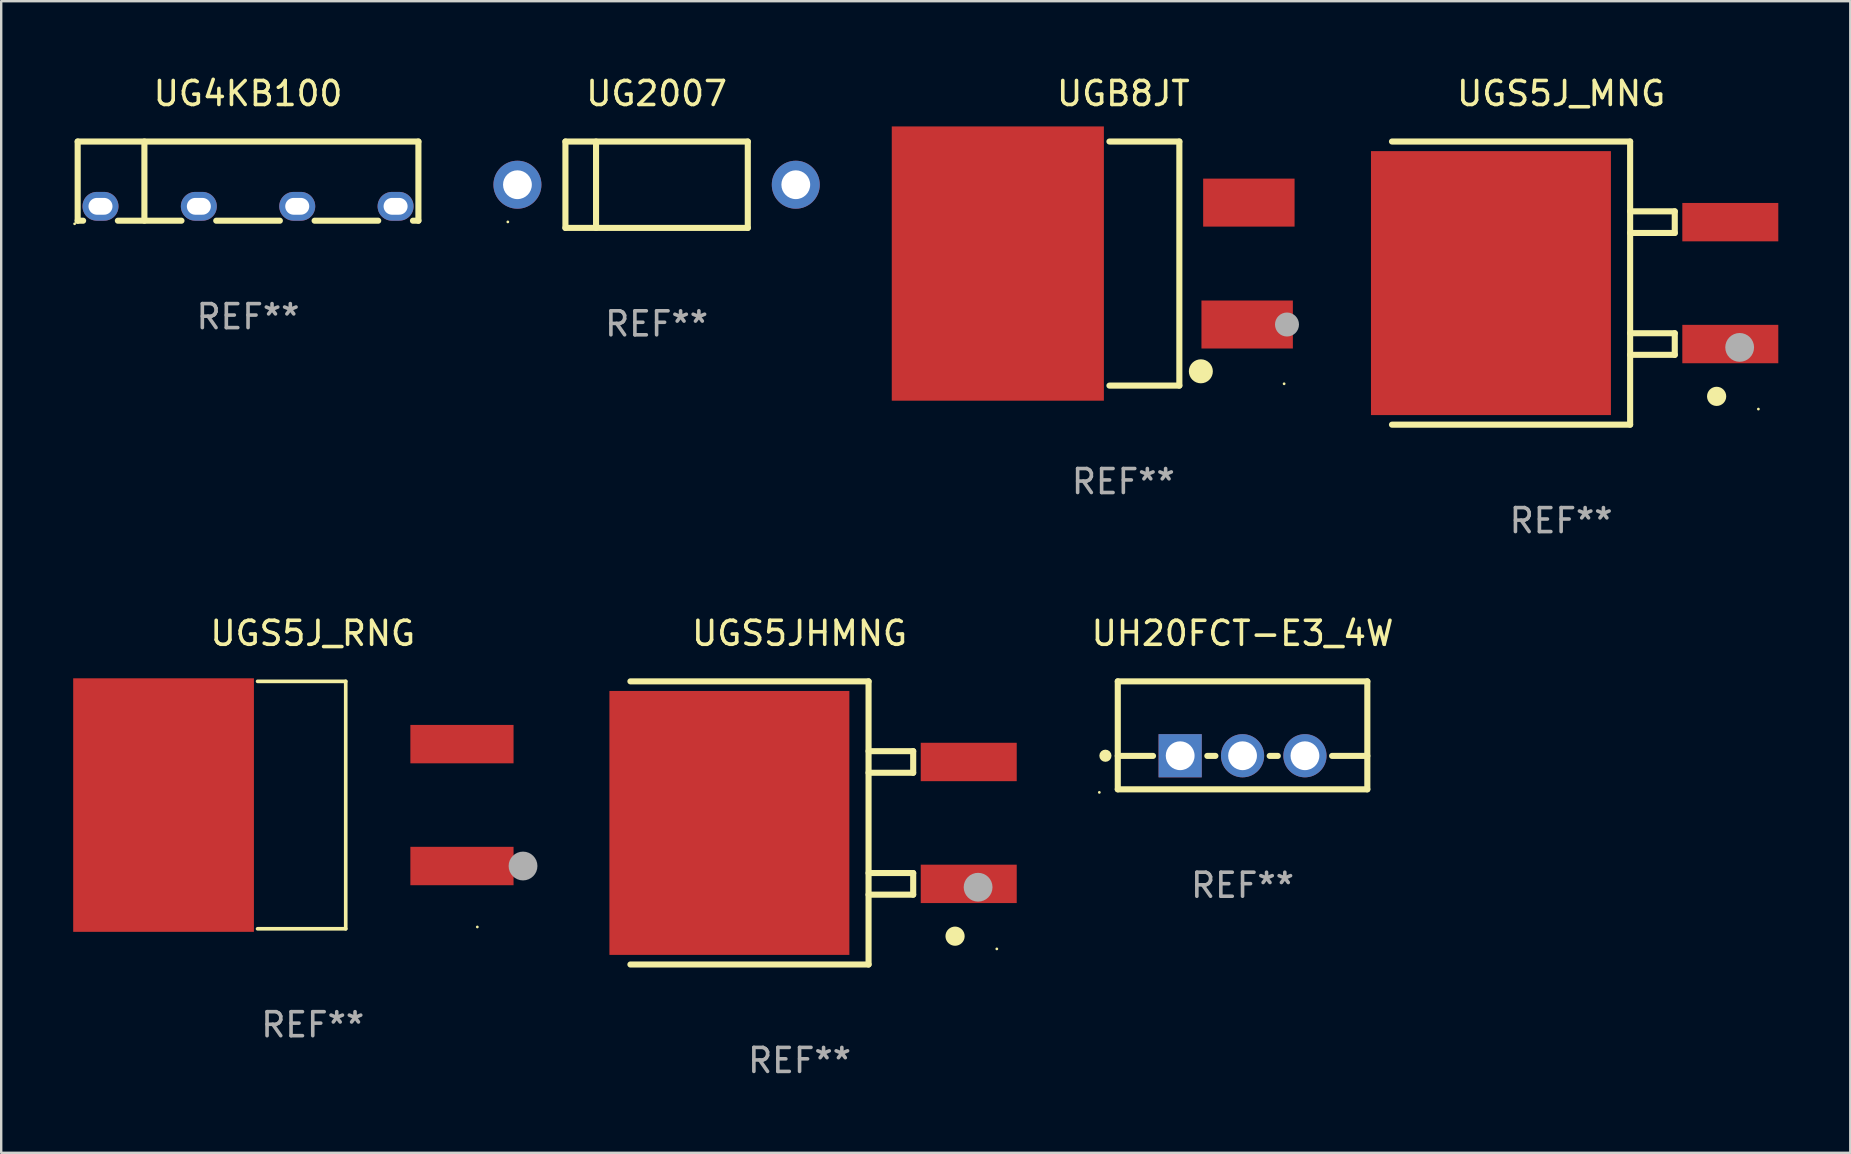
<source format=kicad_pcb>
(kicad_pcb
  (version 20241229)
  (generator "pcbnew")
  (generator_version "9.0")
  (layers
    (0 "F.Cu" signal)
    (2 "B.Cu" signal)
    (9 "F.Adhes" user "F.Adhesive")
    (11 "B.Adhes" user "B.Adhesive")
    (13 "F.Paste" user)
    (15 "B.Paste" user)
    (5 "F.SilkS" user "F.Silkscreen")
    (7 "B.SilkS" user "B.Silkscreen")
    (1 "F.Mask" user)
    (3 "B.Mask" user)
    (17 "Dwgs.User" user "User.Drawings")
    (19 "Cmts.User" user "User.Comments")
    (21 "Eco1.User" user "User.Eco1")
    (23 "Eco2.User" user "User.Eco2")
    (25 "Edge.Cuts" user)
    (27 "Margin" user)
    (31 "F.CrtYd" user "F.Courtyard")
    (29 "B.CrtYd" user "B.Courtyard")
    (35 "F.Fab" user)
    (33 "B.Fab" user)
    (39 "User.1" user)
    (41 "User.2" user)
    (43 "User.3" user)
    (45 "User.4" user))
  (footprint "UGS5J_MNG"
    (layer "F.Cu")
    (at 62.01 8.748)
    (property "Reference" "UGS5J_MNG" (at 0 -7.9 0) (layer "F.SilkS") (effects (font (size 1 1) (thickness 0.15))))
    (attr through_hole)
    (fp_line (start -7.05 5.9) (end 2.875 5.9) (stroke (width 0.254) (type solid)) (layer "F.SilkS"))
    (fp_line (start 2.875 -5.9) (end -7.05 -5.9) (stroke (width 0.254) (type solid)) (layer "F.SilkS"))
    (fp_line (start 2.875 -5.9) (end 2.875 5.9) (stroke (width 0.254) (type solid)) (layer "F.SilkS"))
    (fp_line (start 2.875 -2.991) (end 4.735 -2.991) (stroke (width 0.254) (type solid)) (layer "F.SilkS"))
    (fp_line (start 2.875 2.089) (end 4.735 2.089) (stroke (width 0.254) (type solid)) (layer "F.SilkS"))
    (fp_line (start 4.735 -2.991) (end 4.735 -2.09) (stroke (width 0.254) (type solid)) (layer "F.SilkS"))
    (fp_line (start 4.735 -2.09) (end 2.875 -2.09) (stroke (width 0.254) (type solid)) (layer "F.SilkS"))
    (fp_line (start 4.735 2.089) (end 4.735 2.99) (stroke (width 0.254) (type solid)) (layer "F.SilkS"))
    (fp_line (start 4.735 2.99) (end 2.875 2.99) (stroke (width 0.254) (type solid)) (layer "F.SilkS"))
    (fp_circle (center 6.48 4.72) (end 6.68 4.72) (stroke (width 0.4) (type solid)) (fill no) (layer "F.SilkS"))
    (fp_circle (center 8.22 5.25) (end 8.25 5.25) (stroke (width 0.06) (type solid)) (fill no) (layer "F.SilkS"))
    (fp_circle (center 7.44 2.68) (end 7.74 2.68) (stroke (width 0.6) (type solid)) (fill no) (layer "F.Fab"))
    (fp_text user "REF**" (at 0 9.9 0) (layer "F.Fab") (effects (font (size 1 1) (thickness 0.15))))
    (pad "1" smd rect (at 7.05 2.54) (size 4 1.6) (layers "F.Cu" "F.Mask" "F.Paste"))
    (pad "2" smd rect (at 7.05 -2.54) (size 4 1.6) (layers "F.Cu" "F.Mask" "F.Paste"))
    (pad "3" smd rect (at -2.925 0.000102) (size 10 11) (layers "F.Cu" "F.Mask" "F.Paste")))
  (footprint "UGS5JHMNG"
    (layer "F.Cu")
    (at 30.272 31.245)
    (property "Reference" "UGS5JHMNG" (at 0 -7.9 0) (layer "F.SilkS") (effects (font (size 1 1) (thickness 0.15))))
    (attr through_hole)
    (fp_line (start -7.05 5.9) (end 2.875 5.9) (stroke (width 0.254) (type solid)) (layer "F.SilkS"))
    (fp_line (start 2.875 -5.9) (end -7.05 -5.9) (stroke (width 0.254) (type solid)) (layer "F.SilkS"))
    (fp_line (start 2.875 -5.9) (end 2.875 5.9) (stroke (width 0.254) (type solid)) (layer "F.SilkS"))
    (fp_line (start 2.875 -2.991) (end 4.735 -2.991) (stroke (width 0.254) (type solid)) (layer "F.SilkS"))
    (fp_line (start 2.875 2.089) (end 4.735 2.089) (stroke (width 0.254) (type solid)) (layer "F.SilkS"))
    (fp_line (start 4.735 -2.991) (end 4.735 -2.09) (stroke (width 0.254) (type solid)) (layer "F.SilkS"))
    (fp_line (start 4.735 -2.09) (end 2.875 -2.09) (stroke (width 0.254) (type solid)) (layer "F.SilkS"))
    (fp_line (start 4.735 2.089) (end 4.735 2.99) (stroke (width 0.254) (type solid)) (layer "F.SilkS"))
    (fp_line (start 4.735 2.99) (end 2.875 2.99) (stroke (width 0.254) (type solid)) (layer "F.SilkS"))
    (fp_circle (center 6.48 4.72) (end 6.68 4.72) (stroke (width 0.4) (type solid)) (fill no) (layer "F.SilkS"))
    (fp_circle (center 8.22 5.25) (end 8.25 5.25) (stroke (width 0.06) (type solid)) (fill no) (layer "F.SilkS"))
    (fp_circle (center 7.44 2.68) (end 7.74 2.68) (stroke (width 0.6) (type solid)) (fill no) (layer "F.Fab"))
    (fp_text user "REF**" (at 0 9.9 0) (layer "F.Fab") (effects (font (size 1 1) (thickness 0.15))))
    (pad "1" smd rect (at 7.05 2.54) (size 4 1.6) (layers "F.Cu" "F.Mask" "F.Paste"))
    (pad "2" smd rect (at 7.05 -2.54) (size 4 1.6) (layers "F.Cu" "F.Mask" "F.Paste"))
    (pad "3" smd rect (at -2.925 0.000102) (size 10 11) (layers "F.Cu" "F.Mask" "F.Paste")))
  (footprint "UGS5J_RNG"
    (layer "F.Cu")
    (at 9.984 30.501)
    (property "Reference" "UGS5J_RNG" (at 0 -7.156 0) (layer "F.SilkS") (effects (font (size 1 1) (thickness 0.15))))
    (attr through_hole)
    (fp_line (start -2.3 -5.156) (end 1.374 -5.156) (stroke (width 0.152) (type solid)) (layer "F.SilkS"))
    (fp_line (start -2.3 5.156) (end 1.374 5.156) (stroke (width 0.152) (type solid)) (layer "F.SilkS"))
    (fp_line (start 1.374 5.156) (end 1.374 -5.156) (stroke (width 0.152) (type solid)) (layer "F.SilkS"))
    (fp_circle (center 6.858 5.08) (end 6.888 5.08) (stroke (width 0.06) (type solid)) (fill no) (layer "F.SilkS"))
    (fp_circle (center 8.763 2.54) (end 9.063 2.54) (stroke (width 0.6) (type solid)) (fill no) (layer "F.Fab"))
    (fp_text user "REF**" (at 0 9.156 0) (layer "F.Fab") (effects (font (size 1 1) (thickness 0.15))))
    (pad "1" smd rect (at 6.218 2.54 180) (size 4.3 1.6) (layers "F.Cu" "F.Mask" "F.Paste"))
    (pad "2" smd rect (at -6.218 0 180) (size 7.532 10.566) (layers "F.Cu" "F.Mask" "F.Paste"))
    (pad "3" smd rect (at 6.218 -2.54 180) (size 4.3 1.6) (layers "F.Cu" "F.Mask" "F.Paste")))
  (footprint "UH20FCT-E3_4W"
    (layer "F.Cu")
    (at 48.733 27.595)
    (property "Reference" "UH20FCT-E3_4W" (at 0 -4.25 0) (layer "F.SilkS") (effects (font (size 1 1) (thickness 0.15))))
    (attr through_hole)
    (fp_line (start -5.2 -2.25) (end -5.2 2.25) (stroke (width 0.254) (type solid)) (layer "F.SilkS"))
    (fp_line (start -5.2 -2.25) (end 5.2 -2.25) (stroke (width 0.254) (type solid)) (layer "F.SilkS"))
    (fp_line (start -5.2 0.857) (end -3.731 0.857) (stroke (width 0.254) (type solid)) (layer "F.SilkS"))
    (fp_line (start -5.2 2.25) (end 5.2 2.25) (stroke (width 0.254) (type solid)) (layer "F.SilkS"))
    (fp_line (start -1.469 0.857) (end -1.131 0.857) (stroke (width 0.254) (type solid)) (layer "F.SilkS"))
    (fp_line (start 1.131 0.857) (end 1.469 0.857) (stroke (width 0.254) (type solid)) (layer "F.SilkS"))
    (fp_line (start 3.731 0.857) (end 5.2 0.857) (stroke (width 0.254) (type solid)) (layer "F.SilkS"))
    (fp_line (start 5.2 -2.25) (end 5.2 2.25) (stroke (width 0.254) (type solid)) (layer "F.SilkS"))
    (fp_circle (center -5.969 2.377) (end -5.939 2.377) (stroke (width 0.06) (type solid)) (fill no) (layer "F.SilkS"))
    (fp_circle (center -5.715 0.85) (end -5.588 0.85) (stroke (width 0.254) (type solid)) (fill no) (layer "F.SilkS"))
    (fp_text user "REF**" (at 0 6.25 0) (layer "F.Fab") (effects (font (size 1 1) (thickness 0.15))))
    (pad "1" thru_hole rect (at -2.6 0.85) (size 1.8 1.8) (drill 1.2) (layers "*.Cu" "*.Mask"))
    (pad "2" thru_hole circle (at 0 0.85) (size 1.8 1.8) (drill 1.2) (layers "*.Cu" "*.Mask"))
    (pad "3" thru_hole circle (at 2.6 0.85) (size 1.8 1.8) (drill 1.2) (layers "*.Cu" "*.Mask")))
  (footprint "UG2007"
    (layer "F.Cu")
    (at 24.314 4.648)
    (property "Reference" "UG2007" (at 0 -3.8 0) (layer "F.SilkS") (effects (font (size 1 1) (thickness 0.15))))
    (attr through_hole)
    (fp_line (start -3.8 -1.8) (end -3.8 1.8) (stroke (width 0.254) (type solid)) (layer "F.SilkS"))
    (fp_line (start -3.8 -1.8) (end 3.8 -1.8) (stroke (width 0.254) (type solid)) (layer "F.SilkS"))
    (fp_line (start -3.8 1.8) (end 3.8 1.8) (stroke (width 0.254) (type solid)) (layer "F.SilkS"))
    (fp_line (start -2.524 -1.8) (end -2.524 1.8) (stroke (width 0.254) (type solid)) (layer "F.SilkS"))
    (fp_line (start 3.8 -1.8) (end 3.8 1.8) (stroke (width 0.254) (type solid)) (layer "F.SilkS"))
    (fp_circle (center -6.2 1.55) (end -6.17 1.55) (stroke (width 0.06) (type solid)) (fill no) (layer "F.SilkS"))
    (fp_text user "REF**" (at 0 5.8 0) (layer "F.Fab") (effects (font (size 1 1) (thickness 0.15))))
    (pad "1" thru_hole circle (at -5.8 0) (size 2 2) (drill 1.2) (layers "*.Cu" "*.Mask"))
    (pad "2" thru_hole circle (at 5.8 0) (size 2 2) (drill 1.2) (layers "*.Cu" "*.Mask")))
  (footprint "UGB8JT"
    (layer "F.Cu")
    (at 43.765 7.934)
    (property "Reference" "UGB8JT" (at 0 -7.086 0) (layer "F.SilkS") (effects (font (size 1 1) (thickness 0.15))))
    (attr through_hole)
    (fp_line (start 2.334 -5.086) (end -0.58 -5.086) (stroke (width 0.254) (type solid)) (layer "F.SilkS"))
    (fp_line (start 2.334 -5.086) (end 2.334 5.086) (stroke (width 0.254) (type solid)) (layer "F.SilkS"))
    (fp_line (start 2.334 5.086) (end -0.58 5.086) (stroke (width 0.254) (type solid)) (layer "F.SilkS"))
    (fp_circle (center 3.23 4.49) (end 3.48 4.49) (stroke (width 0.5) (type solid)) (fill no) (layer "F.SilkS"))
    (fp_circle (center 6.7 5.01) (end 6.73 5.01) (stroke (width 0.06) (type solid)) (fill no) (layer "F.SilkS"))
    (fp_circle (center 6.82 2.54) (end 7.07 2.54) (stroke (width 0.5) (type solid)) (fill no) (layer "F.Fab"))
    (fp_text user "REF**" (at 0 9.086 0) (layer "F.Fab") (effects (font (size 1 1) (thickness 0.15))))
    (pad "1" smd rect (at 5.16 2.54) (size 3.81 2) (layers "F.Cu" "F.Mask" "F.Paste"))
    (pad "3" smd rect (at 5.231 -2.54) (size 3.81 2) (layers "F.Cu" "F.Mask" "F.Paste"))
    (pad "4" smd rect (at -5.231 0) (size 8.84 11.43) (layers "F.Cu" "F.Mask" "F.Paste")))
  (footprint "UG4KB100"
    (layer "F.Cu")
    (at 7.287 4.498)
    (property "Reference" "UG4KB100" (at 0 -3.65 0) (layer "F.SilkS") (effects (font (size 1 1) (thickness 0.15))))
    (attr through_hole)
    (fp_line (start -7.1 -1.65) (end 7.1 -1.65) (stroke (width 0.254) (type solid)) (layer "F.SilkS"))
    (fp_line (start -7.1 1.65) (end -7.1 -1.65) (stroke (width 0.254) (type solid)) (layer "F.SilkS"))
    (fp_line (start -7.1 1.65) (end -6.873 1.65) (stroke (width 0.254) (type solid)) (layer "F.SilkS"))
    (fp_line (start -5.425 1.65) (end -2.774 1.65) (stroke (width 0.254) (type solid)) (layer "F.SilkS"))
    (fp_line (start -4.319 1.647) (end -4.319 -1.65) (stroke (width 0.254) (type solid)) (layer "F.SilkS"))
    (fp_line (start -1.326 1.65) (end 1.326 1.65) (stroke (width 0.254) (type solid)) (layer "F.SilkS"))
    (fp_line (start 2.774 1.65) (end 5.425 1.65) (stroke (width 0.254) (type solid)) (layer "F.SilkS"))
    (fp_line (start 6.873 1.65) (end 7.1 1.65) (stroke (width 0.254) (type solid)) (layer "F.SilkS"))
    (fp_line (start 7.1 -1.65) (end 7.1 1.65) (stroke (width 0.254) (type solid)) (layer "F.SilkS"))
    (fp_circle (center -7.227 1.777) (end -7.197 1.777) (stroke (width 0.06) (type solid)) (fill no) (layer "F.SilkS"))
    (fp_text user "REF**" (at 0 5.65 0) (layer "F.Fab") (effects (font (size 1 1) (thickness 0.15))))
    (pad "1" thru_hole oval (at -6.149 1.05) (size 1.5 1.2) (drill oval 1 0.7) (layers "*.Cu" "*.Mask"))
    (pad "2" thru_hole oval (at -2.05 1.05) (size 1.5 1.2) (drill oval 1 0.7) (layers "*.Cu" "*.Mask"))
    (pad "3" thru_hole oval (at 2.05 1.05) (size 1.5 1.2) (drill oval 1 0.7) (layers "*.Cu" "*.Mask"))
    (pad "4" thru_hole oval (at 6.149 1.05) (size 1.5 1.2) (drill oval 1 0.7) (layers "*.Cu" "*.Mask")))
  (gr_rect
    (start -3 -3)
    (end 74.06 44.993)
    (stroke (width 0.1) (type default))
    (fill no)
    (layer "Edge.Cuts")))
</source>
